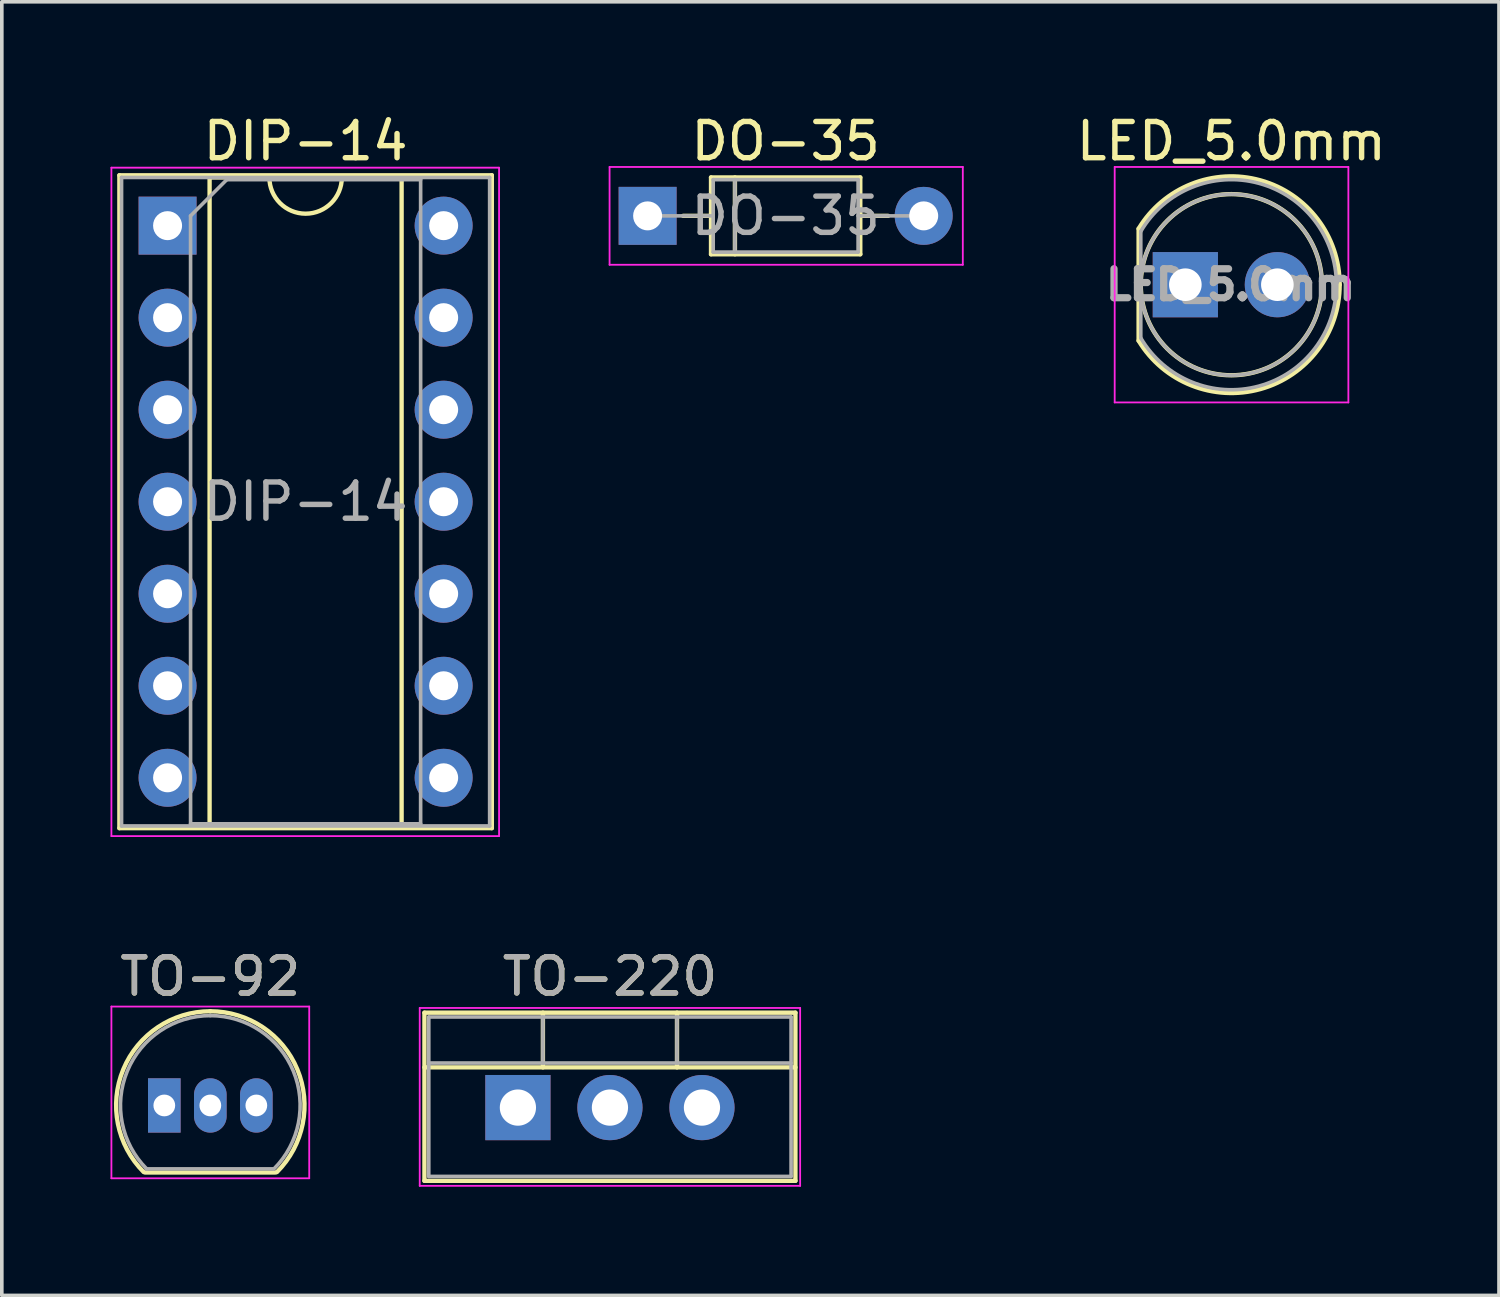
<source format=kicad_pcb>
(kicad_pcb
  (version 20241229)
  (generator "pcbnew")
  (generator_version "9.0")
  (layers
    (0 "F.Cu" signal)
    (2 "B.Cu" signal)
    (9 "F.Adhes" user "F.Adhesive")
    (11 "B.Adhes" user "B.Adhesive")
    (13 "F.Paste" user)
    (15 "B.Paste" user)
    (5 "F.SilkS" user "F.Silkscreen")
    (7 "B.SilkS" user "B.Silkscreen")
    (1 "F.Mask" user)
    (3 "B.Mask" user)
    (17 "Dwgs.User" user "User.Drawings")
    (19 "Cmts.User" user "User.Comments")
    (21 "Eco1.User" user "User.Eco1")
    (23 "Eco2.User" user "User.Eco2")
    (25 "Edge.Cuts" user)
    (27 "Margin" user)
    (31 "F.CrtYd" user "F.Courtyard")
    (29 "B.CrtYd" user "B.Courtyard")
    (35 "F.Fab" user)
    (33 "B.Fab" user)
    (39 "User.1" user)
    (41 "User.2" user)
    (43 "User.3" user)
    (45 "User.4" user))
  (footprint "TO-220"
    (layer "F.Cu")
    (at 11.245 27.521)
    (property "Reference" "TO-220" (at 2.54 -3.62 0) (layer "F.SilkS") (effects (font (size 1 1) (thickness 0.15))))
    (attr through_hole)
    (fp_line (start -2.58 -2.62) (end -2.58 2.021) (stroke (width 0.12) (type solid)) (layer "F.SilkS"))
    (fp_line (start -2.58 -2.62) (end 7.66 -2.62) (stroke (width 0.12) (type solid)) (layer "F.SilkS"))
    (fp_line (start -2.58 -1.11) (end 7.66 -1.11) (stroke (width 0.12) (type solid)) (layer "F.SilkS"))
    (fp_line (start -2.58 2.021) (end 7.66 2.021) (stroke (width 0.12) (type solid)) (layer "F.SilkS"))
    (fp_line (start 0.69 -2.62) (end 0.69 -1.11) (stroke (width 0.12) (type solid)) (layer "F.SilkS"))
    (fp_line (start 4.391 -2.62) (end 4.391 -1.11) (stroke (width 0.12) (type solid)) (layer "F.SilkS"))
    (fp_line (start 7.66 -2.62) (end 7.66 2.021) (stroke (width 0.12) (type solid)) (layer "F.SilkS"))
    (fp_line (start -2.71 -2.75) (end -2.71 2.16) (stroke (width 0.05) (type solid)) (layer "F.CrtYd"))
    (fp_line (start -2.71 2.16) (end 7.79 2.16) (stroke (width 0.05) (type solid)) (layer "F.CrtYd"))
    (fp_line (start 7.79 -2.75) (end -2.71 -2.75) (stroke (width 0.05) (type solid)) (layer "F.CrtYd"))
    (fp_line (start 7.79 2.16) (end 7.79 -2.75) (stroke (width 0.05) (type solid)) (layer "F.CrtYd"))
    (fp_line (start -2.46 -2.5) (end -2.46 1.9) (stroke (width 0.1) (type solid)) (layer "F.Fab"))
    (fp_line (start -2.46 -1.23) (end 7.54 -1.23) (stroke (width 0.1) (type solid)) (layer "F.Fab"))
    (fp_line (start -2.46 1.9) (end 7.54 1.9) (stroke (width 0.1) (type solid)) (layer "F.Fab"))
    (fp_line (start 0.69 -2.5) (end 0.69 -1.23) (stroke (width 0.1) (type solid)) (layer "F.Fab"))
    (fp_line (start 4.39 -2.5) (end 4.39 -1.23) (stroke (width 0.1) (type solid)) (layer "F.Fab"))
    (fp_line (start 7.54 -2.5) (end -2.46 -2.5) (stroke (width 0.1) (type solid)) (layer "F.Fab"))
    (fp_line (start 7.54 1.9) (end 7.54 -2.5) (stroke (width 0.1) (type solid)) (layer "F.Fab"))
    (fp_text user "${REFERENCE}" (at 2.54 -3.62 0) (layer "F.Fab") (effects (font (size 1 1) (thickness 0.15))))
    (pad "1" thru_hole rect (at 0 0) (size 1.8 1.8) (drill 1) (layers "*.Cu" "*.Mask"))
    (pad "2" thru_hole oval (at 2.54 0) (size 1.8 1.8) (drill 1) (layers "*.Cu" "*.Mask"))
    (pad "3" thru_hole oval (at 5.08 0) (size 1.8 1.8) (drill 1) (layers "*.Cu" "*.Mask")))
  (footprint "DO-35"
    (layer "F.Cu")
    (at 14.825 2.908)
    (property "Reference" "DO-35" (at 3.81 -2.06 0) (layer "F.SilkS") (effects (font (size 1 1) (thickness 0.15))))
    (attr through_hole)
    (fp_line (start 0.98 0) (end 1.75 0) (stroke (width 0.12) (type solid)) (layer "F.SilkS"))
    (fp_line (start 1.75 -1.06) (end 1.75 1.06) (stroke (width 0.12) (type solid)) (layer "F.SilkS"))
    (fp_line (start 1.75 1.06) (end 5.87 1.06) (stroke (width 0.12) (type solid)) (layer "F.SilkS"))
    (fp_line (start 2.41 -1.06) (end 2.41 1.06) (stroke (width 0.12) (type solid)) (layer "F.SilkS"))
    (fp_line (start 5.87 -1.06) (end 1.75 -1.06) (stroke (width 0.12) (type solid)) (layer "F.SilkS"))
    (fp_line (start 5.87 1.06) (end 5.87 -1.06) (stroke (width 0.12) (type solid)) (layer "F.SilkS"))
    (fp_line (start 6.64 0) (end 5.87 0) (stroke (width 0.12) (type solid)) (layer "F.SilkS"))
    (fp_line (start -1.05 -1.35) (end -1.05 1.35) (stroke (width 0.05) (type solid)) (layer "F.CrtYd"))
    (fp_line (start -1.05 1.35) (end 8.7 1.35) (stroke (width 0.05) (type solid)) (layer "F.CrtYd"))
    (fp_line (start 8.7 -1.35) (end -1.05 -1.35) (stroke (width 0.05) (type solid)) (layer "F.CrtYd"))
    (fp_line (start 8.7 1.35) (end 8.7 -1.35) (stroke (width 0.05) (type solid)) (layer "F.CrtYd"))
    (fp_line (start 0 0) (end 1.81 0) (stroke (width 0.1) (type solid)) (layer "F.Fab"))
    (fp_line (start 1.81 -1) (end 1.81 1) (stroke (width 0.1) (type solid)) (layer "F.Fab"))
    (fp_line (start 1.81 1) (end 5.81 1) (stroke (width 0.1) (type solid)) (layer "F.Fab"))
    (fp_line (start 2.41 -1) (end 2.41 1) (stroke (width 0.1) (type solid)) (layer "F.Fab"))
    (fp_line (start 5.81 -1) (end 1.81 -1) (stroke (width 0.1) (type solid)) (layer "F.Fab"))
    (fp_line (start 5.81 1) (end 5.81 -1) (stroke (width 0.1) (type solid)) (layer "F.Fab"))
    (fp_line (start 7.62 0) (end 5.81 0) (stroke (width 0.1) (type solid)) (layer "F.Fab"))
    (fp_text user "${REFERENCE}" (at 3.81 0 0) (layer "F.Fab") (effects (font (size 1 1) (thickness 0.15))))
    (pad "1" thru_hole rect (at 0 0) (size 1.6 1.6) (drill 0.8) (layers "*.Cu" "*.Mask"))
    (pad "2" thru_hole oval (at 7.62 0) (size 1.6 1.6) (drill 0.8) (layers "*.Cu" "*.Mask")))
  (footprint "LED_5.0mm"
    (layer "F.Cu")
    (at 29.667 4.808)
    (property "Reference" "LED_5.0mm" (at 1.27 -3.96 0) (layer "F.SilkS") (effects (font (size 1 1) (thickness 0.15))))
    (attr through_hole)
    (fp_line (start -1.29 -1.545) (end -1.29 1.545) (stroke (width 0.12) (type solid)) (layer "F.SilkS"))
    (fp_arc (start -1.29 -1.54483) (mid 2.072002 -2.880433) (end 4.26 0.000462) (stroke (width 0.12) (type solid)) (layer "F.SilkS"))
    (fp_arc (start 4.26 -0.000462) (mid 2.072002 2.880433) (end -1.29 1.54483) (stroke (width 0.12) (type solid)) (layer "F.SilkS"))
    (fp_circle (center 1.27 0) (end 3.77 0) (stroke (width 0.12) (type solid)) (fill no) (layer "F.SilkS"))
    (fp_line (start -1.95 -3.25) (end -1.95 3.25) (stroke (width 0.05) (type solid)) (layer "F.CrtYd"))
    (fp_line (start -1.95 3.25) (end 4.5 3.25) (stroke (width 0.05) (type solid)) (layer "F.CrtYd"))
    (fp_line (start 4.5 -3.25) (end -1.95 -3.25) (stroke (width 0.05) (type solid)) (layer "F.CrtYd"))
    (fp_line (start 4.5 3.25) (end 4.5 -3.25) (stroke (width 0.05) (type solid)) (layer "F.CrtYd"))
    (fp_line (start -1.23 -1.47) (end -1.23 1.47) (stroke (width 0.1) (type solid)) (layer "F.Fab"))
    (fp_arc (start -1.23 -1.469694) (mid 4.17 0.000016) (end -1.230016 1.469666) (stroke (width 0.1) (type solid)) (layer "F.Fab"))
    (fp_circle (center 1.27 0) (end 3.77 0) (stroke (width 0.1) (type solid)) (fill no) (layer "F.Fab"))
    (fp_text user "${REFERENCE}" (at 1.25 0 0) (layer "F.Fab") (effects (font (size 0.8 0.8) (thickness 0.2))))
    (pad "1" thru_hole rect (at 0 0) (size 1.8 1.8) (drill 0.9) (layers "*.Cu" "*.Mask"))
    (pad "2" thru_hole circle (at 2.54 0) (size 1.8 1.8) (drill 0.9) (layers "*.Cu" "*.Mask")))
  (footprint "DIP-14"
    (layer "F.Cu")
    (at 1.575 3.178)
    (property "Reference" "DIP-14" (at 3.81 -2.33 0) (layer "F.SilkS") (effects (font (size 1 1) (thickness 0.15))))
    (attr through_hole)
    (fp_line (start -1.33 -1.39) (end -1.33 16.63) (stroke (width 0.12) (type solid)) (layer "F.SilkS"))
    (fp_line (start -1.33 16.63) (end 8.95 16.63) (stroke (width 0.12) (type solid)) (layer "F.SilkS"))
    (fp_line (start 1.16 -1.33) (end 1.16 16.57) (stroke (width 0.12) (type solid)) (layer "F.SilkS"))
    (fp_line (start 1.16 16.57) (end 6.46 16.57) (stroke (width 0.12) (type solid)) (layer "F.SilkS"))
    (fp_line (start 2.81 -1.33) (end 1.16 -1.33) (stroke (width 0.12) (type solid)) (layer "F.SilkS"))
    (fp_line (start 6.46 -1.33) (end 4.81 -1.33) (stroke (width 0.12) (type solid)) (layer "F.SilkS"))
    (fp_line (start 6.46 16.57) (end 6.46 -1.33) (stroke (width 0.12) (type solid)) (layer "F.SilkS"))
    (fp_line (start 8.95 -1.39) (end -1.33 -1.39) (stroke (width 0.12) (type solid)) (layer "F.SilkS"))
    (fp_line (start 8.95 16.63) (end 8.95 -1.39) (stroke (width 0.12) (type solid)) (layer "F.SilkS"))
    (fp_arc (start 4.81 -1.33) (mid 3.81 -0.33) (end 2.81 -1.33) (stroke (width 0.12) (type solid)) (layer "F.SilkS"))
    (fp_line (start -1.55 -1.6) (end -1.55 16.85) (stroke (width 0.05) (type solid)) (layer "F.CrtYd"))
    (fp_line (start -1.55 16.85) (end 9.15 16.85) (stroke (width 0.05) (type solid)) (layer "F.CrtYd"))
    (fp_line (start 9.15 -1.6) (end -1.55 -1.6) (stroke (width 0.05) (type solid)) (layer "F.CrtYd"))
    (fp_line (start 9.15 16.85) (end 9.15 -1.6) (stroke (width 0.05) (type solid)) (layer "F.CrtYd"))
    (fp_line (start -1.27 -1.33) (end -1.27 16.57) (stroke (width 0.1) (type solid)) (layer "F.Fab"))
    (fp_line (start -1.27 16.57) (end 8.89 16.57) (stroke (width 0.1) (type solid)) (layer "F.Fab"))
    (fp_line (start 0.635 -0.27) (end 1.635 -1.27) (stroke (width 0.1) (type solid)) (layer "F.Fab"))
    (fp_line (start 0.635 16.51) (end 0.635 -0.27) (stroke (width 0.1) (type solid)) (layer "F.Fab"))
    (fp_line (start 1.635 -1.27) (end 6.985 -1.27) (stroke (width 0.1) (type solid)) (layer "F.Fab"))
    (fp_line (start 6.985 -1.27) (end 6.985 16.51) (stroke (width 0.1) (type solid)) (layer "F.Fab"))
    (fp_line (start 6.985 16.51) (end 0.635 16.51) (stroke (width 0.1) (type solid)) (layer "F.Fab"))
    (fp_line (start 8.89 -1.33) (end -1.27 -1.33) (stroke (width 0.1) (type solid)) (layer "F.Fab"))
    (fp_line (start 8.89 16.57) (end 8.89 -1.33) (stroke (width 0.1) (type solid)) (layer "F.Fab"))
    (fp_text user "${REFERENCE}" (at 3.81 7.62 0) (layer "F.Fab") (effects (font (size 1 1) (thickness 0.15))))
    (pad "1" thru_hole rect (at 0 0) (size 1.6 1.6) (drill 0.8) (layers "*.Cu" "*.Mask"))
    (pad "2" thru_hole oval (at 0 2.54) (size 1.6 1.6) (drill 0.8) (layers "*.Cu" "*.Mask"))
    (pad "3" thru_hole oval (at 0 5.08) (size 1.6 1.6) (drill 0.8) (layers "*.Cu" "*.Mask"))
    (pad "4" thru_hole oval (at 0 7.62) (size 1.6 1.6) (drill 0.8) (layers "*.Cu" "*.Mask"))
    (pad "5" thru_hole oval (at 0 10.16) (size 1.6 1.6) (drill 0.8) (layers "*.Cu" "*.Mask"))
    (pad "6" thru_hole oval (at 0 12.7) (size 1.6 1.6) (drill 0.8) (layers "*.Cu" "*.Mask"))
    (pad "7" thru_hole oval (at 0 15.24) (size 1.6 1.6) (drill 0.8) (layers "*.Cu" "*.Mask"))
    (pad "8" thru_hole oval (at 7.62 15.24) (size 1.6 1.6) (drill 0.8) (layers "*.Cu" "*.Mask"))
    (pad "9" thru_hole oval (at 7.62 12.7) (size 1.6 1.6) (drill 0.8) (layers "*.Cu" "*.Mask"))
    (pad "10" thru_hole oval (at 7.62 10.16) (size 1.6 1.6) (drill 0.8) (layers "*.Cu" "*.Mask"))
    (pad "11" thru_hole oval (at 7.62 7.62) (size 1.6 1.6) (drill 0.8) (layers "*.Cu" "*.Mask"))
    (pad "12" thru_hole oval (at 7.62 5.08) (size 1.6 1.6) (drill 0.8) (layers "*.Cu" "*.Mask"))
    (pad "13" thru_hole oval (at 7.62 2.54) (size 1.6 1.6) (drill 0.8) (layers "*.Cu" "*.Mask"))
    (pad "14" thru_hole oval (at 7.62 0) (size 1.6 1.6) (drill 0.8) (layers "*.Cu" "*.Mask")))
  (footprint "TO-92"
    (layer "F.Cu")
    (at 1.485 27.462)
    (property "Reference" "TO-92" (at 1.27 -3.56 0) (layer "F.SilkS") (effects (font (size 1 1) (thickness 0.15))))
    (attr through_hole)
    (fp_line (start -0.53 1.85) (end 3.07 1.85) (stroke (width 0.12) (type solid)) (layer "F.SilkS"))
    (fp_arc (start -0.568478 1.838478) (mid -1.132087 -0.994977) (end 1.27 -2.6) (stroke (width 0.12) (type solid)) (layer "F.SilkS"))
    (fp_arc (start 1.27 -2.6) (mid 3.672087 -0.994977) (end 3.108478 1.838478) (stroke (width 0.12) (type solid)) (layer "F.SilkS"))
    (fp_line (start -1.46 -2.73) (end -1.46 2.01) (stroke (width 0.05) (type solid)) (layer "F.CrtYd"))
    (fp_line (start -1.46 -2.73) (end 4 -2.73) (stroke (width 0.05) (type solid)) (layer "F.CrtYd"))
    (fp_line (start 4 2.01) (end -1.46 2.01) (stroke (width 0.05) (type solid)) (layer "F.CrtYd"))
    (fp_line (start 4 2.01) (end 4 -2.73) (stroke (width 0.05) (type solid)) (layer "F.CrtYd"))
    (fp_line (start -0.5 1.75) (end 3 1.75) (stroke (width 0.1) (type solid)) (layer "F.Fab"))
    (fp_arc (start -0.483625 1.753625) (mid -1.021221 -0.949055) (end 1.27 -2.48) (stroke (width 0.1) (type solid)) (layer "F.Fab"))
    (fp_arc (start 1.27 -2.48) (mid 3.561221 -0.949055) (end 3.023625 1.753625) (stroke (width 0.1) (type solid)) (layer "F.Fab"))
    (fp_text user "${REFERENCE}" (at 1.27 -3.56 0) (layer "F.Fab") (effects (font (size 1 1) (thickness 0.15))))
    (pad "1" thru_hole rect (at 0 0 180) (size 0.9 1.5) (drill 0.6) (layers "*.Cu" "*.Mask"))
    (pad "2" thru_hole oval (at 1.27 0 180) (size 0.9 1.5) (drill 0.6) (layers "*.Cu" "*.Mask"))
    (pad "3" thru_hole oval (at 2.54 0 180) (size 0.9 1.5) (drill 0.6) (layers "*.Cu" "*.Mask")))
  (gr_rect
    (start -3 -3)
    (end 38.324 32.706)
    (stroke (width 0.1) (type default))
    (fill no)
    (layer "Edge.Cuts")))
</source>
